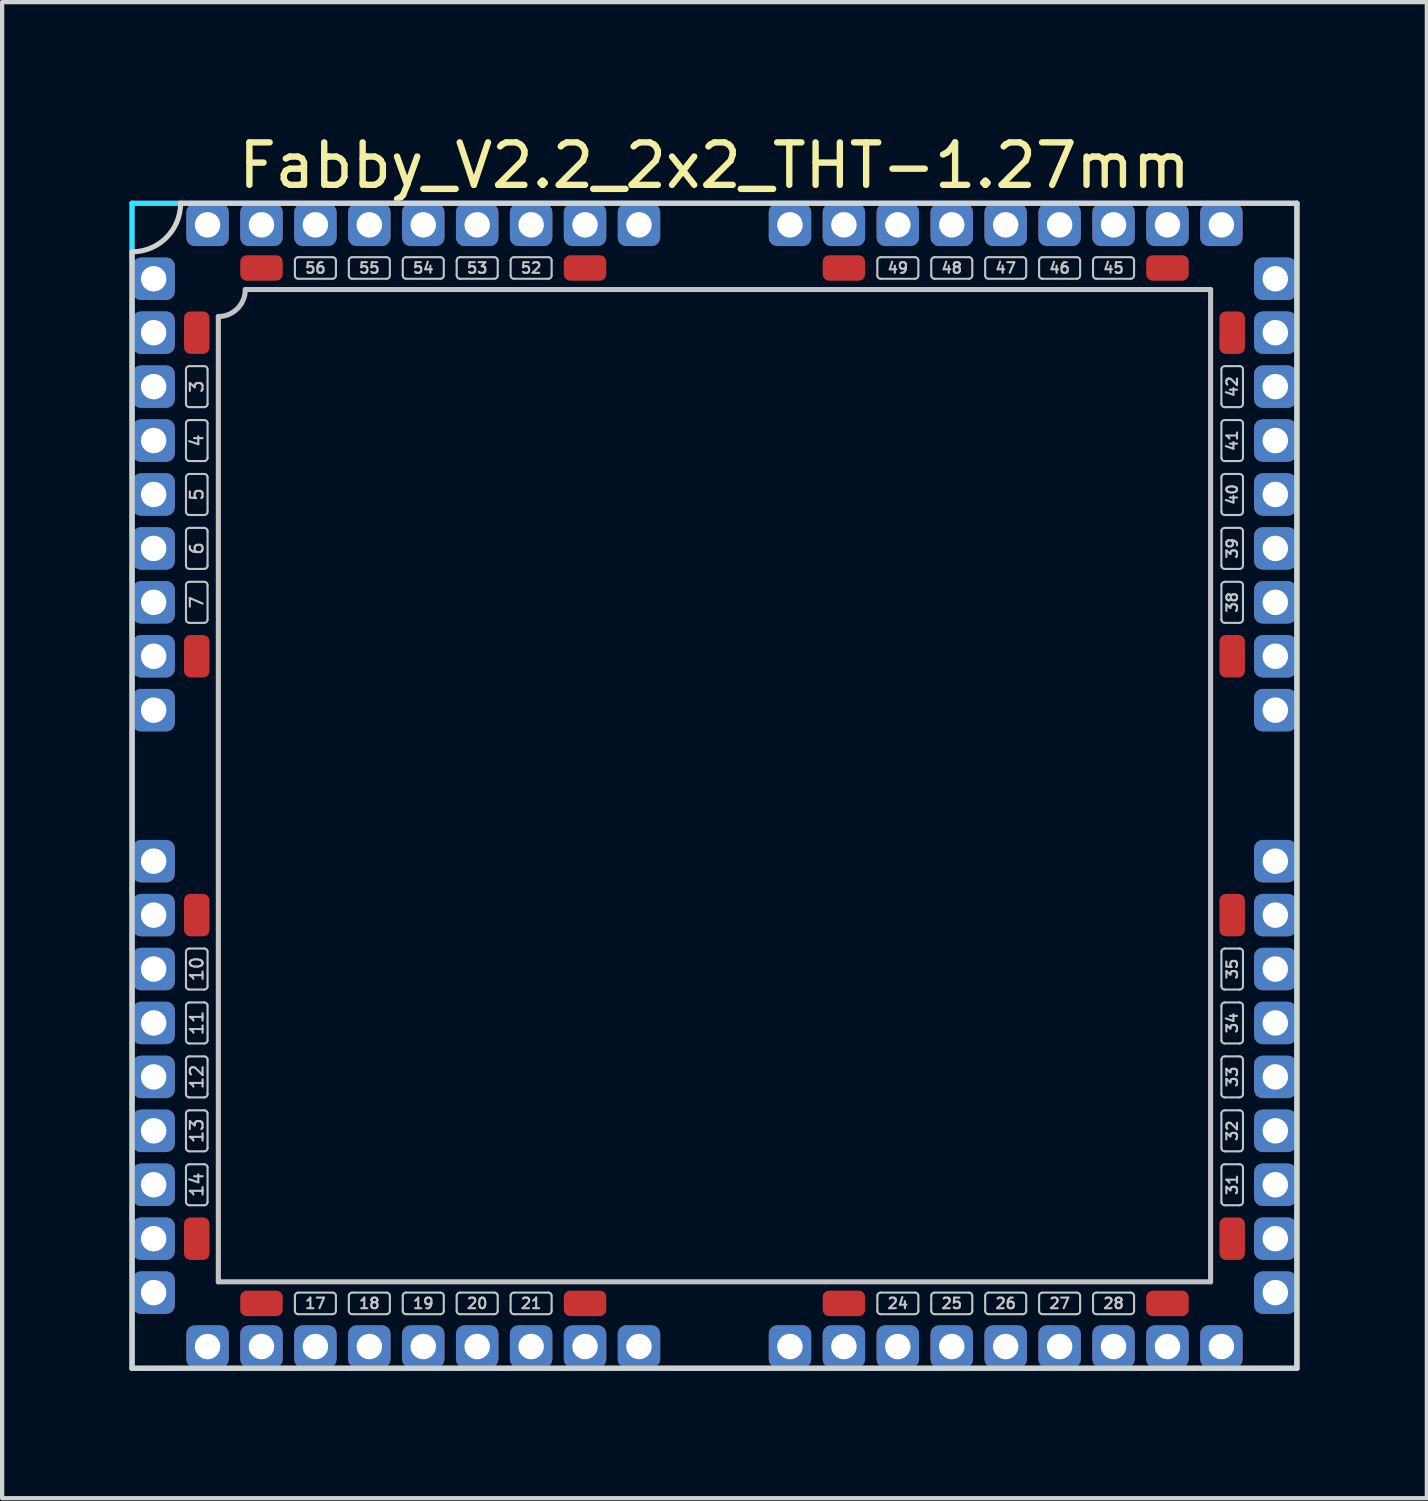
<source format=kicad_pcb>
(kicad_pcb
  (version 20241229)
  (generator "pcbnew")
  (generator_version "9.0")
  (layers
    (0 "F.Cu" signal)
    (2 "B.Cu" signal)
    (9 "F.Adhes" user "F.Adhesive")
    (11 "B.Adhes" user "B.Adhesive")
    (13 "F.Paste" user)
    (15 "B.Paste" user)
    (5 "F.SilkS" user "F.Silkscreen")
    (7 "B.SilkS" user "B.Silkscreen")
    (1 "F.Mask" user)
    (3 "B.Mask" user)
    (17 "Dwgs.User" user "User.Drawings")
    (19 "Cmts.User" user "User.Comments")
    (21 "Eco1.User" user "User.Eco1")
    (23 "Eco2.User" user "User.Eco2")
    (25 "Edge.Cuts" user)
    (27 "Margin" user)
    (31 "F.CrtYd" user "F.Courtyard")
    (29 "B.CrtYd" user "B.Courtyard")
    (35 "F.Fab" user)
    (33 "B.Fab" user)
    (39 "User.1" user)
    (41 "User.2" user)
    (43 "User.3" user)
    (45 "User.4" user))
  (footprint "Fabby_V2.2_2x2_THT-1.27mm"
    (layer "F.Cu")
    (at 13.776 15.453)
    (property "Reference" "Fabby_V2.2_2x2_THT-1.27mm" (at 0 -14.605 0) (layer "F.SilkS") (effects (font (size 1 1) (thickness 0.15))))
    (attr through_hole)
    (fp_line (start -12.446 -8.992) (end -12.446 -9.804) (stroke (width 0.05) (type solid)) (layer "Dwgs.User"))
    (fp_line (start -12.446 -7.722) (end -12.446 -8.534) (stroke (width 0.05) (type solid)) (layer "Dwgs.User"))
    (fp_line (start -12.446 -6.452) (end -12.446 -7.264) (stroke (width 0.05) (type solid)) (layer "Dwgs.User"))
    (fp_line (start -12.446 -5.182) (end -12.446 -5.994) (stroke (width 0.05) (type solid)) (layer "Dwgs.User"))
    (fp_line (start -12.446 -3.912) (end -12.446 -4.724) (stroke (width 0.05) (type solid)) (layer "Dwgs.User"))
    (fp_line (start -12.446 4.724) (end -12.446 3.912) (stroke (width 0.05) (type solid)) (layer "Dwgs.User"))
    (fp_line (start -12.446 5.994) (end -12.446 5.182) (stroke (width 0.05) (type solid)) (layer "Dwgs.User"))
    (fp_line (start -12.446 7.264) (end -12.446 6.452) (stroke (width 0.05) (type solid)) (layer "Dwgs.User"))
    (fp_line (start -12.446 8.534) (end -12.446 7.722) (stroke (width 0.05) (type solid)) (layer "Dwgs.User"))
    (fp_line (start -12.446 9.804) (end -12.446 8.992) (stroke (width 0.05) (type solid)) (layer "Dwgs.User"))
    (fp_line (start -12.37 -9.881) (end -12.014 -9.881) (stroke (width 0.05) (type solid)) (layer "Dwgs.User"))
    (fp_line (start -12.37 -8.915) (end -12.014 -8.915) (stroke (width 0.05) (type solid)) (layer "Dwgs.User"))
    (fp_line (start -12.37 -8.611) (end -12.014 -8.611) (stroke (width 0.05) (type solid)) (layer "Dwgs.User"))
    (fp_line (start -12.37 -7.645) (end -12.014 -7.645) (stroke (width 0.05) (type solid)) (layer "Dwgs.User"))
    (fp_line (start -12.37 -7.341) (end -12.014 -7.341) (stroke (width 0.05) (type solid)) (layer "Dwgs.User"))
    (fp_line (start -12.37 -6.375) (end -12.014 -6.375) (stroke (width 0.05) (type solid)) (layer "Dwgs.User"))
    (fp_line (start -12.37 -6.071) (end -12.014 -6.071) (stroke (width 0.05) (type solid)) (layer "Dwgs.User"))
    (fp_line (start -12.37 -5.105) (end -12.014 -5.105) (stroke (width 0.05) (type solid)) (layer "Dwgs.User"))
    (fp_line (start -12.37 -4.801) (end -12.014 -4.801) (stroke (width 0.05) (type solid)) (layer "Dwgs.User"))
    (fp_line (start -12.37 -3.835) (end -12.014 -3.835) (stroke (width 0.05) (type solid)) (layer "Dwgs.User"))
    (fp_line (start -12.37 3.835) (end -12.014 3.835) (stroke (width 0.05) (type solid)) (layer "Dwgs.User"))
    (fp_line (start -12.37 4.801) (end -12.014 4.801) (stroke (width 0.05) (type solid)) (layer "Dwgs.User"))
    (fp_line (start -12.37 5.105) (end -12.014 5.105) (stroke (width 0.05) (type solid)) (layer "Dwgs.User"))
    (fp_line (start -12.37 6.071) (end -12.014 6.071) (stroke (width 0.05) (type solid)) (layer "Dwgs.User"))
    (fp_line (start -12.37 6.375) (end -12.014 6.375) (stroke (width 0.05) (type solid)) (layer "Dwgs.User"))
    (fp_line (start -12.37 7.341) (end -12.014 7.341) (stroke (width 0.05) (type solid)) (layer "Dwgs.User"))
    (fp_line (start -12.37 7.645) (end -12.014 7.645) (stroke (width 0.05) (type solid)) (layer "Dwgs.User"))
    (fp_line (start -12.37 8.611) (end -12.014 8.611) (stroke (width 0.05) (type solid)) (layer "Dwgs.User"))
    (fp_line (start -12.37 8.915) (end -12.014 8.915) (stroke (width 0.05) (type solid)) (layer "Dwgs.User"))
    (fp_line (start -12.37 9.881) (end -12.014 9.881) (stroke (width 0.05) (type solid)) (layer "Dwgs.User"))
    (fp_line (start -11.938 -8.992) (end -11.938 -9.804) (stroke (width 0.05) (type solid)) (layer "Dwgs.User"))
    (fp_line (start -11.938 -7.722) (end -11.938 -8.534) (stroke (width 0.05) (type solid)) (layer "Dwgs.User"))
    (fp_line (start -11.938 -6.452) (end -11.938 -7.264) (stroke (width 0.05) (type solid)) (layer "Dwgs.User"))
    (fp_line (start -11.938 -5.182) (end -11.938 -5.994) (stroke (width 0.05) (type solid)) (layer "Dwgs.User"))
    (fp_line (start -11.938 -3.912) (end -11.938 -4.724) (stroke (width 0.05) (type solid)) (layer "Dwgs.User"))
    (fp_line (start -11.938 4.724) (end -11.938 3.912) (stroke (width 0.05) (type solid)) (layer "Dwgs.User"))
    (fp_line (start -11.938 5.994) (end -11.938 5.182) (stroke (width 0.05) (type solid)) (layer "Dwgs.User"))
    (fp_line (start -11.938 7.264) (end -11.938 6.452) (stroke (width 0.05) (type solid)) (layer "Dwgs.User"))
    (fp_line (start -11.938 8.534) (end -11.938 7.722) (stroke (width 0.05) (type solid)) (layer "Dwgs.User"))
    (fp_line (start -11.938 9.804) (end -11.938 8.992) (stroke (width 0.05) (type solid)) (layer "Dwgs.User"))
    (fp_line (start -11.684 11.684) (end -11.684 -11.049) (stroke (width 0.12) (type solid)) (layer "Dwgs.User"))
    (fp_line (start -11.049 -11.684) (end 11.684 -11.684) (stroke (width 0.12) (type solid)) (layer "Dwgs.User"))
    (fp_line (start -9.881 -12.014) (end -9.881 -12.37) (stroke (width 0.05) (type solid)) (layer "Dwgs.User"))
    (fp_line (start -9.881 12.37) (end -9.881 12.014) (stroke (width 0.05) (type solid)) (layer "Dwgs.User"))
    (fp_line (start -8.992 -12.446) (end -9.804 -12.446) (stroke (width 0.05) (type solid)) (layer "Dwgs.User"))
    (fp_line (start -8.992 -11.938) (end -9.804 -11.938) (stroke (width 0.05) (type solid)) (layer "Dwgs.User"))
    (fp_line (start -8.992 11.938) (end -9.804 11.938) (stroke (width 0.05) (type solid)) (layer "Dwgs.User"))
    (fp_line (start -8.992 12.446) (end -9.804 12.446) (stroke (width 0.05) (type solid)) (layer "Dwgs.User"))
    (fp_line (start -8.915 -12.014) (end -8.915 -12.37) (stroke (width 0.05) (type solid)) (layer "Dwgs.User"))
    (fp_line (start -8.915 12.37) (end -8.915 12.014) (stroke (width 0.05) (type solid)) (layer "Dwgs.User"))
    (fp_line (start -8.611 -12.014) (end -8.611 -12.37) (stroke (width 0.05) (type solid)) (layer "Dwgs.User"))
    (fp_line (start -8.611 12.37) (end -8.611 12.014) (stroke (width 0.05) (type solid)) (layer "Dwgs.User"))
    (fp_line (start -7.722 -12.446) (end -8.534 -12.446) (stroke (width 0.05) (type solid)) (layer "Dwgs.User"))
    (fp_line (start -7.722 -11.938) (end -8.534 -11.938) (stroke (width 0.05) (type solid)) (layer "Dwgs.User"))
    (fp_line (start -7.722 11.938) (end -8.534 11.938) (stroke (width 0.05) (type solid)) (layer "Dwgs.User"))
    (fp_line (start -7.722 12.446) (end -8.534 12.446) (stroke (width 0.05) (type solid)) (layer "Dwgs.User"))
    (fp_line (start -7.645 -12.014) (end -7.645 -12.37) (stroke (width 0.05) (type solid)) (layer "Dwgs.User"))
    (fp_line (start -7.645 12.37) (end -7.645 12.014) (stroke (width 0.05) (type solid)) (layer "Dwgs.User"))
    (fp_line (start -7.341 -12.014) (end -7.341 -12.37) (stroke (width 0.05) (type solid)) (layer "Dwgs.User"))
    (fp_line (start -7.341 12.37) (end -7.341 12.014) (stroke (width 0.05) (type solid)) (layer "Dwgs.User"))
    (fp_line (start -6.452 -12.446) (end -7.264 -12.446) (stroke (width 0.05) (type solid)) (layer "Dwgs.User"))
    (fp_line (start -6.452 -11.938) (end -7.264 -11.938) (stroke (width 0.05) (type solid)) (layer "Dwgs.User"))
    (fp_line (start -6.452 11.938) (end -7.264 11.938) (stroke (width 0.05) (type solid)) (layer "Dwgs.User"))
    (fp_line (start -6.452 12.446) (end -7.264 12.446) (stroke (width 0.05) (type solid)) (layer "Dwgs.User"))
    (fp_line (start -6.375 -12.014) (end -6.375 -12.37) (stroke (width 0.05) (type solid)) (layer "Dwgs.User"))
    (fp_line (start -6.375 12.37) (end -6.375 12.014) (stroke (width 0.05) (type solid)) (layer "Dwgs.User"))
    (fp_line (start -6.071 -12.014) (end -6.071 -12.37) (stroke (width 0.05) (type solid)) (layer "Dwgs.User"))
    (fp_line (start -6.071 12.37) (end -6.071 12.014) (stroke (width 0.05) (type solid)) (layer "Dwgs.User"))
    (fp_line (start -5.182 -12.446) (end -5.994 -12.446) (stroke (width 0.05) (type solid)) (layer "Dwgs.User"))
    (fp_line (start -5.182 -11.938) (end -5.994 -11.938) (stroke (width 0.05) (type solid)) (layer "Dwgs.User"))
    (fp_line (start -5.182 11.938) (end -5.994 11.938) (stroke (width 0.05) (type solid)) (layer "Dwgs.User"))
    (fp_line (start -5.182 12.446) (end -5.994 12.446) (stroke (width 0.05) (type solid)) (layer "Dwgs.User"))
    (fp_line (start -5.105 -12.014) (end -5.105 -12.37) (stroke (width 0.05) (type solid)) (layer "Dwgs.User"))
    (fp_line (start -5.105 12.37) (end -5.105 12.014) (stroke (width 0.05) (type solid)) (layer "Dwgs.User"))
    (fp_line (start -4.801 -12.014) (end -4.801 -12.37) (stroke (width 0.05) (type solid)) (layer "Dwgs.User"))
    (fp_line (start -4.801 12.37) (end -4.801 12.014) (stroke (width 0.05) (type solid)) (layer "Dwgs.User"))
    (fp_line (start -3.912 -12.446) (end -4.724 -12.446) (stroke (width 0.05) (type solid)) (layer "Dwgs.User"))
    (fp_line (start -3.912 -11.938) (end -4.724 -11.938) (stroke (width 0.05) (type solid)) (layer "Dwgs.User"))
    (fp_line (start -3.912 11.938) (end -4.724 11.938) (stroke (width 0.05) (type solid)) (layer "Dwgs.User"))
    (fp_line (start -3.912 12.446) (end -4.724 12.446) (stroke (width 0.05) (type solid)) (layer "Dwgs.User"))
    (fp_line (start -3.835 -12.014) (end -3.835 -12.37) (stroke (width 0.05) (type solid)) (layer "Dwgs.User"))
    (fp_line (start -3.835 12.37) (end -3.835 12.014) (stroke (width 0.05) (type solid)) (layer "Dwgs.User"))
    (fp_line (start 3.835 -12.014) (end 3.835 -12.37) (stroke (width 0.05) (type solid)) (layer "Dwgs.User"))
    (fp_line (start 3.835 12.37) (end 3.835 12.014) (stroke (width 0.05) (type solid)) (layer "Dwgs.User"))
    (fp_line (start 4.724 -12.446) (end 3.912 -12.446) (stroke (width 0.05) (type solid)) (layer "Dwgs.User"))
    (fp_line (start 4.724 -11.938) (end 3.912 -11.938) (stroke (width 0.05) (type solid)) (layer "Dwgs.User"))
    (fp_line (start 4.724 11.938) (end 3.912 11.938) (stroke (width 0.05) (type solid)) (layer "Dwgs.User"))
    (fp_line (start 4.724 12.446) (end 3.912 12.446) (stroke (width 0.05) (type solid)) (layer "Dwgs.User"))
    (fp_line (start 4.801 -12.014) (end 4.801 -12.37) (stroke (width 0.05) (type solid)) (layer "Dwgs.User"))
    (fp_line (start 4.801 12.37) (end 4.801 12.014) (stroke (width 0.05) (type solid)) (layer "Dwgs.User"))
    (fp_line (start 5.105 -12.014) (end 5.105 -12.37) (stroke (width 0.05) (type solid)) (layer "Dwgs.User"))
    (fp_line (start 5.105 12.37) (end 5.105 12.014) (stroke (width 0.05) (type solid)) (layer "Dwgs.User"))
    (fp_line (start 5.994 -12.446) (end 5.182 -12.446) (stroke (width 0.05) (type solid)) (layer "Dwgs.User"))
    (fp_line (start 5.994 -11.938) (end 5.182 -11.938) (stroke (width 0.05) (type solid)) (layer "Dwgs.User"))
    (fp_line (start 5.994 11.938) (end 5.182 11.938) (stroke (width 0.05) (type solid)) (layer "Dwgs.User"))
    (fp_line (start 5.994 12.446) (end 5.182 12.446) (stroke (width 0.05) (type solid)) (layer "Dwgs.User"))
    (fp_line (start 6.071 -12.014) (end 6.071 -12.37) (stroke (width 0.05) (type solid)) (layer "Dwgs.User"))
    (fp_line (start 6.071 12.37) (end 6.071 12.014) (stroke (width 0.05) (type solid)) (layer "Dwgs.User"))
    (fp_line (start 6.375 -12.014) (end 6.375 -12.37) (stroke (width 0.05) (type solid)) (layer "Dwgs.User"))
    (fp_line (start 6.375 12.37) (end 6.375 12.014) (stroke (width 0.05) (type solid)) (layer "Dwgs.User"))
    (fp_line (start 7.264 -12.446) (end 6.452 -12.446) (stroke (width 0.05) (type solid)) (layer "Dwgs.User"))
    (fp_line (start 7.264 -11.938) (end 6.452 -11.938) (stroke (width 0.05) (type solid)) (layer "Dwgs.User"))
    (fp_line (start 7.264 11.938) (end 6.452 11.938) (stroke (width 0.05) (type solid)) (layer "Dwgs.User"))
    (fp_line (start 7.264 12.446) (end 6.452 12.446) (stroke (width 0.05) (type solid)) (layer "Dwgs.User"))
    (fp_line (start 7.341 -12.014) (end 7.341 -12.37) (stroke (width 0.05) (type solid)) (layer "Dwgs.User"))
    (fp_line (start 7.341 12.37) (end 7.341 12.014) (stroke (width 0.05) (type solid)) (layer "Dwgs.User"))
    (fp_line (start 7.645 -12.014) (end 7.645 -12.37) (stroke (width 0.05) (type solid)) (layer "Dwgs.User"))
    (fp_line (start 7.645 12.37) (end 7.645 12.014) (stroke (width 0.05) (type solid)) (layer "Dwgs.User"))
    (fp_line (start 8.534 -12.446) (end 7.722 -12.446) (stroke (width 0.05) (type solid)) (layer "Dwgs.User"))
    (fp_line (start 8.534 -11.938) (end 7.722 -11.938) (stroke (width 0.05) (type solid)) (layer "Dwgs.User"))
    (fp_line (start 8.534 11.938) (end 7.722 11.938) (stroke (width 0.05) (type solid)) (layer "Dwgs.User"))
    (fp_line (start 8.534 12.446) (end 7.722 12.446) (stroke (width 0.05) (type solid)) (layer "Dwgs.User"))
    (fp_line (start 8.611 -12.014) (end 8.611 -12.37) (stroke (width 0.05) (type solid)) (layer "Dwgs.User"))
    (fp_line (start 8.611 12.37) (end 8.611 12.014) (stroke (width 0.05) (type solid)) (layer "Dwgs.User"))
    (fp_line (start 8.915 -12.014) (end 8.915 -12.37) (stroke (width 0.05) (type solid)) (layer "Dwgs.User"))
    (fp_line (start 8.915 12.37) (end 8.915 12.014) (stroke (width 0.05) (type solid)) (layer "Dwgs.User"))
    (fp_line (start 9.804 -12.446) (end 8.992 -12.446) (stroke (width 0.05) (type solid)) (layer "Dwgs.User"))
    (fp_line (start 9.804 -11.938) (end 8.992 -11.938) (stroke (width 0.05) (type solid)) (layer "Dwgs.User"))
    (fp_line (start 9.804 11.938) (end 8.992 11.938) (stroke (width 0.05) (type solid)) (layer "Dwgs.User"))
    (fp_line (start 9.804 12.446) (end 8.992 12.446) (stroke (width 0.05) (type solid)) (layer "Dwgs.User"))
    (fp_line (start 9.881 -12.014) (end 9.881 -12.37) (stroke (width 0.05) (type solid)) (layer "Dwgs.User"))
    (fp_line (start 9.881 12.37) (end 9.881 12.014) (stroke (width 0.05) (type solid)) (layer "Dwgs.User"))
    (fp_line (start 11.684 -11.684) (end 11.684 11.684) (stroke (width 0.12) (type solid)) (layer "Dwgs.User"))
    (fp_line (start 11.684 11.684) (end -11.684 11.684) (stroke (width 0.12) (type solid)) (layer "Dwgs.User"))
    (fp_line (start 11.938 -8.992) (end 11.938 -9.804) (stroke (width 0.05) (type solid)) (layer "Dwgs.User"))
    (fp_line (start 11.938 -7.722) (end 11.938 -8.534) (stroke (width 0.05) (type solid)) (layer "Dwgs.User"))
    (fp_line (start 11.938 -6.452) (end 11.938 -7.264) (stroke (width 0.05) (type solid)) (layer "Dwgs.User"))
    (fp_line (start 11.938 -5.182) (end 11.938 -5.994) (stroke (width 0.05) (type solid)) (layer "Dwgs.User"))
    (fp_line (start 11.938 -3.912) (end 11.938 -4.724) (stroke (width 0.05) (type solid)) (layer "Dwgs.User"))
    (fp_line (start 11.938 4.724) (end 11.938 3.912) (stroke (width 0.05) (type solid)) (layer "Dwgs.User"))
    (fp_line (start 11.938 5.994) (end 11.938 5.182) (stroke (width 0.05) (type solid)) (layer "Dwgs.User"))
    (fp_line (start 11.938 7.264) (end 11.938 6.452) (stroke (width 0.05) (type solid)) (layer "Dwgs.User"))
    (fp_line (start 11.938 8.534) (end 11.938 7.722) (stroke (width 0.05) (type solid)) (layer "Dwgs.User"))
    (fp_line (start 11.938 9.804) (end 11.938 8.992) (stroke (width 0.05) (type solid)) (layer "Dwgs.User"))
    (fp_line (start 12.014 -9.881) (end 12.37 -9.881) (stroke (width 0.05) (type solid)) (layer "Dwgs.User"))
    (fp_line (start 12.014 -8.915) (end 12.37 -8.915) (stroke (width 0.05) (type solid)) (layer "Dwgs.User"))
    (fp_line (start 12.014 -8.611) (end 12.37 -8.611) (stroke (width 0.05) (type solid)) (layer "Dwgs.User"))
    (fp_line (start 12.014 -7.645) (end 12.37 -7.645) (stroke (width 0.05) (type solid)) (layer "Dwgs.User"))
    (fp_line (start 12.014 -7.341) (end 12.37 -7.341) (stroke (width 0.05) (type solid)) (layer "Dwgs.User"))
    (fp_line (start 12.014 -6.375) (end 12.37 -6.375) (stroke (width 0.05) (type solid)) (layer "Dwgs.User"))
    (fp_line (start 12.014 -6.071) (end 12.37 -6.071) (stroke (width 0.05) (type solid)) (layer "Dwgs.User"))
    (fp_line (start 12.014 -5.105) (end 12.37 -5.105) (stroke (width 0.05) (type solid)) (layer "Dwgs.User"))
    (fp_line (start 12.014 -4.801) (end 12.37 -4.801) (stroke (width 0.05) (type solid)) (layer "Dwgs.User"))
    (fp_line (start 12.014 -3.835) (end 12.37 -3.835) (stroke (width 0.05) (type solid)) (layer "Dwgs.User"))
    (fp_line (start 12.014 3.835) (end 12.37 3.835) (stroke (width 0.05) (type solid)) (layer "Dwgs.User"))
    (fp_line (start 12.014 4.801) (end 12.37 4.801) (stroke (width 0.05) (type solid)) (layer "Dwgs.User"))
    (fp_line (start 12.014 5.105) (end 12.37 5.105) (stroke (width 0.05) (type solid)) (layer "Dwgs.User"))
    (fp_line (start 12.014 6.071) (end 12.37 6.071) (stroke (width 0.05) (type solid)) (layer "Dwgs.User"))
    (fp_line (start 12.014 6.375) (end 12.37 6.375) (stroke (width 0.05) (type solid)) (layer "Dwgs.User"))
    (fp_line (start 12.014 7.341) (end 12.37 7.341) (stroke (width 0.05) (type solid)) (layer "Dwgs.User"))
    (fp_line (start 12.014 7.645) (end 12.37 7.645) (stroke (width 0.05) (type solid)) (layer "Dwgs.User"))
    (fp_line (start 12.014 8.611) (end 12.37 8.611) (stroke (width 0.05) (type solid)) (layer "Dwgs.User"))
    (fp_line (start 12.014 8.915) (end 12.37 8.915) (stroke (width 0.05) (type solid)) (layer "Dwgs.User"))
    (fp_line (start 12.014 9.881) (end 12.37 9.881) (stroke (width 0.05) (type solid)) (layer "Dwgs.User"))
    (fp_line (start 12.446 -8.992) (end 12.446 -9.804) (stroke (width 0.05) (type solid)) (layer "Dwgs.User"))
    (fp_line (start 12.446 -7.722) (end 12.446 -8.534) (stroke (width 0.05) (type solid)) (layer "Dwgs.User"))
    (fp_line (start 12.446 -6.452) (end 12.446 -7.264) (stroke (width 0.05) (type solid)) (layer "Dwgs.User"))
    (fp_line (start 12.446 -5.182) (end 12.446 -5.994) (stroke (width 0.05) (type solid)) (layer "Dwgs.User"))
    (fp_line (start 12.446 -3.912) (end 12.446 -4.724) (stroke (width 0.05) (type solid)) (layer "Dwgs.User"))
    (fp_line (start 12.446 4.724) (end 12.446 3.912) (stroke (width 0.05) (type solid)) (layer "Dwgs.User"))
    (fp_line (start 12.446 5.994) (end 12.446 5.182) (stroke (width 0.05) (type solid)) (layer "Dwgs.User"))
    (fp_line (start 12.446 7.264) (end 12.446 6.452) (stroke (width 0.05) (type solid)) (layer "Dwgs.User"))
    (fp_line (start 12.446 8.534) (end 12.446 7.722) (stroke (width 0.05) (type solid)) (layer "Dwgs.User"))
    (fp_line (start 12.446 9.804) (end 12.446 8.992) (stroke (width 0.05) (type solid)) (layer "Dwgs.User"))
    (fp_arc (start -12.446 -9.8044) (mid -12.423682 -9.858282) (end -12.3698 -9.8806) (stroke (width 0.05) (type solid)) (layer "Dwgs.User"))
    (fp_arc (start -12.446 -8.5344) (mid -12.423682 -8.588282) (end -12.3698 -8.6106) (stroke (width 0.05) (type solid)) (layer "Dwgs.User"))
    (fp_arc (start -12.446 -7.2644) (mid -12.423682 -7.318282) (end -12.3698 -7.3406) (stroke (width 0.05) (type solid)) (layer "Dwgs.User"))
    (fp_arc (start -12.446 -5.9944) (mid -12.423682 -6.048282) (end -12.3698 -6.0706) (stroke (width 0.05) (type solid)) (layer "Dwgs.User"))
    (fp_arc (start -12.446 -4.7244) (mid -12.423682 -4.778282) (end -12.3698 -4.8006) (stroke (width 0.05) (type solid)) (layer "Dwgs.User"))
    (fp_arc (start -12.446 3.9116) (mid -12.423682 3.857718) (end -12.3698 3.8354) (stroke (width 0.05) (type solid)) (layer "Dwgs.User"))
    (fp_arc (start -12.446 5.1816) (mid -12.423682 5.127718) (end -12.3698 5.1054) (stroke (width 0.05) (type solid)) (layer "Dwgs.User"))
    (fp_arc (start -12.446 6.4516) (mid -12.423682 6.397718) (end -12.3698 6.3754) (stroke (width 0.05) (type solid)) (layer "Dwgs.User"))
    (fp_arc (start -12.446 7.7216) (mid -12.423682 7.667718) (end -12.3698 7.6454) (stroke (width 0.05) (type solid)) (layer "Dwgs.User"))
    (fp_arc (start -12.446 8.9916) (mid -12.423682 8.937718) (end -12.3698 8.9154) (stroke (width 0.05) (type solid)) (layer "Dwgs.User"))
    (fp_arc (start -12.3698 -8.9154) (mid -12.423682 -8.937718) (end -12.446 -8.9916) (stroke (width 0.05) (type solid)) (layer "Dwgs.User"))
    (fp_arc (start -12.3698 -7.6454) (mid -12.423682 -7.667718) (end -12.446 -7.7216) (stroke (width 0.05) (type solid)) (layer "Dwgs.User"))
    (fp_arc (start -12.3698 -6.3754) (mid -12.423682 -6.397718) (end -12.446 -6.4516) (stroke (width 0.05) (type solid)) (layer "Dwgs.User"))
    (fp_arc (start -12.3698 -5.1054) (mid -12.423682 -5.127718) (end -12.446 -5.1816) (stroke (width 0.05) (type solid)) (layer "Dwgs.User"))
    (fp_arc (start -12.3698 -3.8354) (mid -12.423682 -3.857718) (end -12.446 -3.9116) (stroke (width 0.05) (type solid)) (layer "Dwgs.User"))
    (fp_arc (start -12.3698 4.8006) (mid -12.423682 4.778282) (end -12.446 4.7244) (stroke (width 0.05) (type solid)) (layer "Dwgs.User"))
    (fp_arc (start -12.3698 6.0706) (mid -12.423682 6.048282) (end -12.446 5.9944) (stroke (width 0.05) (type solid)) (layer "Dwgs.User"))
    (fp_arc (start -12.3698 7.3406) (mid -12.423682 7.318282) (end -12.446 7.2644) (stroke (width 0.05) (type solid)) (layer "Dwgs.User"))
    (fp_arc (start -12.3698 8.6106) (mid -12.423682 8.588282) (end -12.446 8.5344) (stroke (width 0.05) (type solid)) (layer "Dwgs.User"))
    (fp_arc (start -12.3698 9.8806) (mid -12.423682 9.858282) (end -12.446 9.8044) (stroke (width 0.05) (type solid)) (layer "Dwgs.User"))
    (fp_arc (start -12.0142 -9.8806) (mid -11.960318 -9.858282) (end -11.938 -9.8044) (stroke (width 0.05) (type solid)) (layer "Dwgs.User"))
    (fp_arc (start -12.0142 -8.6106) (mid -11.960318 -8.588282) (end -11.938 -8.5344) (stroke (width 0.05) (type solid)) (layer "Dwgs.User"))
    (fp_arc (start -12.0142 -7.3406) (mid -11.960318 -7.318282) (end -11.938 -7.2644) (stroke (width 0.05) (type solid)) (layer "Dwgs.User"))
    (fp_arc (start -12.0142 -6.0706) (mid -11.960318 -6.048282) (end -11.938 -5.9944) (stroke (width 0.05) (type solid)) (layer "Dwgs.User"))
    (fp_arc (start -12.0142 -4.8006) (mid -11.960318 -4.778282) (end -11.938 -4.7244) (stroke (width 0.05) (type solid)) (layer "Dwgs.User"))
    (fp_arc (start -12.0142 3.8354) (mid -11.960318 3.857718) (end -11.938 3.9116) (stroke (width 0.05) (type solid)) (layer "Dwgs.User"))
    (fp_arc (start -12.0142 5.1054) (mid -11.960318 5.127718) (end -11.938 5.1816) (stroke (width 0.05) (type solid)) (layer "Dwgs.User"))
    (fp_arc (start -12.0142 6.3754) (mid -11.960318 6.397718) (end -11.938 6.4516) (stroke (width 0.05) (type solid)) (layer "Dwgs.User"))
    (fp_arc (start -12.0142 7.6454) (mid -11.960318 7.667718) (end -11.938 7.7216) (stroke (width 0.05) (type solid)) (layer "Dwgs.User"))
    (fp_arc (start -12.0142 8.9154) (mid -11.960318 8.937718) (end -11.938 8.9916) (stroke (width 0.05) (type solid)) (layer "Dwgs.User"))
    (fp_arc (start -11.938 -8.9916) (mid -11.960318 -8.937718) (end -12.0142 -8.9154) (stroke (width 0.05) (type solid)) (layer "Dwgs.User"))
    (fp_arc (start -11.938 -7.7216) (mid -11.960318 -7.667718) (end -12.0142 -7.6454) (stroke (width 0.05) (type solid)) (layer "Dwgs.User"))
    (fp_arc (start -11.938 -6.4516) (mid -11.960318 -6.397718) (end -12.0142 -6.3754) (stroke (width 0.05) (type solid)) (layer "Dwgs.User"))
    (fp_arc (start -11.938 -5.1816) (mid -11.960318 -5.127718) (end -12.0142 -5.1054) (stroke (width 0.05) (type solid)) (layer "Dwgs.User"))
    (fp_arc (start -11.938 -3.9116) (mid -11.960318 -3.857718) (end -12.0142 -3.8354) (stroke (width 0.05) (type solid)) (layer "Dwgs.User"))
    (fp_arc (start -11.938 4.7244) (mid -11.960318 4.778282) (end -12.0142 4.8006) (stroke (width 0.05) (type solid)) (layer "Dwgs.User"))
    (fp_arc (start -11.938 5.9944) (mid -11.960318 6.048282) (end -12.0142 6.0706) (stroke (width 0.05) (type solid)) (layer "Dwgs.User"))
    (fp_arc (start -11.938 7.2644) (mid -11.960318 7.318282) (end -12.0142 7.3406) (stroke (width 0.05) (type solid)) (layer "Dwgs.User"))
    (fp_arc (start -11.938 8.5344) (mid -11.960318 8.588282) (end -12.0142 8.6106) (stroke (width 0.05) (type solid)) (layer "Dwgs.User"))
    (fp_arc (start -11.938 9.8044) (mid -11.960318 9.858282) (end -12.0142 9.8806) (stroke (width 0.05) (type solid)) (layer "Dwgs.User"))
    (fp_arc (start -11.049 -11.684) (mid -11.234987 -11.234987) (end -11.684 -11.049) (stroke (width 0.12) (type solid)) (layer "Dwgs.User"))
    (fp_arc (start -9.8806 -12.3698) (mid -9.858282 -12.423682) (end -9.8044 -12.446) (stroke (width 0.05) (type solid)) (layer "Dwgs.User"))
    (fp_arc (start -9.8806 12.0142) (mid -9.858282 11.960318) (end -9.8044 11.938) (stroke (width 0.05) (type solid)) (layer "Dwgs.User"))
    (fp_arc (start -9.8044 -11.938) (mid -9.858282 -11.960318) (end -9.8806 -12.0142) (stroke (width 0.05) (type solid)) (layer "Dwgs.User"))
    (fp_arc (start -9.8044 12.446) (mid -9.858282 12.423682) (end -9.8806 12.3698) (stroke (width 0.05) (type solid)) (layer "Dwgs.User"))
    (fp_arc (start -8.9916 -12.446) (mid -8.937718 -12.423682) (end -8.9154 -12.3698) (stroke (width 0.05) (type solid)) (layer "Dwgs.User"))
    (fp_arc (start -8.9916 11.938) (mid -8.937718 11.960318) (end -8.9154 12.0142) (stroke (width 0.05) (type solid)) (layer "Dwgs.User"))
    (fp_arc (start -8.9154 -12.0142) (mid -8.937718 -11.960318) (end -8.9916 -11.938) (stroke (width 0.05) (type solid)) (layer "Dwgs.User"))
    (fp_arc (start -8.9154 12.3698) (mid -8.937718 12.423682) (end -8.9916 12.446) (stroke (width 0.05) (type solid)) (layer "Dwgs.User"))
    (fp_arc (start -8.6106 -12.3698) (mid -8.588282 -12.423682) (end -8.5344 -12.446) (stroke (width 0.05) (type solid)) (layer "Dwgs.User"))
    (fp_arc (start -8.6106 12.0142) (mid -8.588282 11.960318) (end -8.5344 11.938) (stroke (width 0.05) (type solid)) (layer "Dwgs.User"))
    (fp_arc (start -8.5344 -11.938) (mid -8.588282 -11.960318) (end -8.6106 -12.0142) (stroke (width 0.05) (type solid)) (layer "Dwgs.User"))
    (fp_arc (start -8.5344 12.446) (mid -8.588282 12.423682) (end -8.6106 12.3698) (stroke (width 0.05) (type solid)) (layer "Dwgs.User"))
    (fp_arc (start -7.7216 -12.446) (mid -7.667718 -12.423682) (end -7.6454 -12.3698) (stroke (width 0.05) (type solid)) (layer "Dwgs.User"))
    (fp_arc (start -7.7216 11.938) (mid -7.667718 11.960318) (end -7.6454 12.0142) (stroke (width 0.05) (type solid)) (layer "Dwgs.User"))
    (fp_arc (start -7.6454 -12.0142) (mid -7.667718 -11.960318) (end -7.7216 -11.938) (stroke (width 0.05) (type solid)) (layer "Dwgs.User"))
    (fp_arc (start -7.6454 12.3698) (mid -7.667718 12.423682) (end -7.7216 12.446) (stroke (width 0.05) (type solid)) (layer "Dwgs.User"))
    (fp_arc (start -7.3406 -12.3698) (mid -7.318282 -12.423682) (end -7.2644 -12.446) (stroke (width 0.05) (type solid)) (layer "Dwgs.User"))
    (fp_arc (start -7.3406 12.0142) (mid -7.318282 11.960318) (end -7.2644 11.938) (stroke (width 0.05) (type solid)) (layer "Dwgs.User"))
    (fp_arc (start -7.2644 -11.938) (mid -7.318282 -11.960318) (end -7.3406 -12.0142) (stroke (width 0.05) (type solid)) (layer "Dwgs.User"))
    (fp_arc (start -7.2644 12.446) (mid -7.318282 12.423682) (end -7.3406 12.3698) (stroke (width 0.05) (type solid)) (layer "Dwgs.User"))
    (fp_arc (start -6.4516 -12.446) (mid -6.397718 -12.423682) (end -6.3754 -12.3698) (stroke (width 0.05) (type solid)) (layer "Dwgs.User"))
    (fp_arc (start -6.4516 11.938) (mid -6.397718 11.960318) (end -6.3754 12.0142) (stroke (width 0.05) (type solid)) (layer "Dwgs.User"))
    (fp_arc (start -6.3754 -12.0142) (mid -6.397718 -11.960318) (end -6.4516 -11.938) (stroke (width 0.05) (type solid)) (layer "Dwgs.User"))
    (fp_arc (start -6.3754 12.3698) (mid -6.397718 12.423682) (end -6.4516 12.446) (stroke (width 0.05) (type solid)) (layer "Dwgs.User"))
    (fp_arc (start -6.0706 -12.3698) (mid -6.048282 -12.423682) (end -5.9944 -12.446) (stroke (width 0.05) (type solid)) (layer "Dwgs.User"))
    (fp_arc (start -6.0706 12.0142) (mid -6.048282 11.960318) (end -5.9944 11.938) (stroke (width 0.05) (type solid)) (layer "Dwgs.User"))
    (fp_arc (start -5.9944 -11.938) (mid -6.048282 -11.960318) (end -6.0706 -12.0142) (stroke (width 0.05) (type solid)) (layer "Dwgs.User"))
    (fp_arc (start -5.9944 12.446) (mid -6.048282 12.423682) (end -6.0706 12.3698) (stroke (width 0.05) (type solid)) (layer "Dwgs.User"))
    (fp_arc (start -5.1816 -12.446) (mid -5.127718 -12.423682) (end -5.1054 -12.3698) (stroke (width 0.05) (type solid)) (layer "Dwgs.User"))
    (fp_arc (start -5.1816 11.938) (mid -5.127718 11.960318) (end -5.1054 12.0142) (stroke (width 0.05) (type solid)) (layer "Dwgs.User"))
    (fp_arc (start -5.1054 -12.0142) (mid -5.127718 -11.960318) (end -5.1816 -11.938) (stroke (width 0.05) (type solid)) (layer "Dwgs.User"))
    (fp_arc (start -5.1054 12.3698) (mid -5.127718 12.423682) (end -5.1816 12.446) (stroke (width 0.05) (type solid)) (layer "Dwgs.User"))
    (fp_arc (start -4.8006 -12.3698) (mid -4.778282 -12.423682) (end -4.7244 -12.446) (stroke (width 0.05) (type solid)) (layer "Dwgs.User"))
    (fp_arc (start -4.8006 12.0142) (mid -4.778282 11.960318) (end -4.7244 11.938) (stroke (width 0.05) (type solid)) (layer "Dwgs.User"))
    (fp_arc (start -4.7244 -11.938) (mid -4.778282 -11.960318) (end -4.8006 -12.0142) (stroke (width 0.05) (type solid)) (layer "Dwgs.User"))
    (fp_arc (start -4.7244 12.446) (mid -4.778282 12.423682) (end -4.8006 12.3698) (stroke (width 0.05) (type solid)) (layer "Dwgs.User"))
    (fp_arc (start -3.9116 -12.446) (mid -3.857718 -12.423682) (end -3.8354 -12.3698) (stroke (width 0.05) (type solid)) (layer "Dwgs.User"))
    (fp_arc (start -3.9116 11.938) (mid -3.857718 11.960318) (end -3.8354 12.0142) (stroke (width 0.05) (type solid)) (layer "Dwgs.User"))
    (fp_arc (start -3.8354 -12.0142) (mid -3.857718 -11.960318) (end -3.9116 -11.938) (stroke (width 0.05) (type solid)) (layer "Dwgs.User"))
    (fp_arc (start -3.8354 12.3698) (mid -3.857718 12.423682) (end -3.9116 12.446) (stroke (width 0.05) (type solid)) (layer "Dwgs.User"))
    (fp_arc (start 3.8354 -12.3698) (mid 3.857718 -12.423682) (end 3.9116 -12.446) (stroke (width 0.05) (type solid)) (layer "Dwgs.User"))
    (fp_arc (start 3.8354 12.0142) (mid 3.857718 11.960318) (end 3.9116 11.938) (stroke (width 0.05) (type solid)) (layer "Dwgs.User"))
    (fp_arc (start 3.9116 -11.938) (mid 3.857718 -11.960318) (end 3.8354 -12.0142) (stroke (width 0.05) (type solid)) (layer "Dwgs.User"))
    (fp_arc (start 3.9116 12.446) (mid 3.857718 12.423682) (end 3.8354 12.3698) (stroke (width 0.05) (type solid)) (layer "Dwgs.User"))
    (fp_arc (start 4.7244 -12.446) (mid 4.778282 -12.423682) (end 4.8006 -12.3698) (stroke (width 0.05) (type solid)) (layer "Dwgs.User"))
    (fp_arc (start 4.7244 11.938) (mid 4.778282 11.960318) (end 4.8006 12.0142) (stroke (width 0.05) (type solid)) (layer "Dwgs.User"))
    (fp_arc (start 4.8006 -12.0142) (mid 4.778282 -11.960318) (end 4.7244 -11.938) (stroke (width 0.05) (type solid)) (layer "Dwgs.User"))
    (fp_arc (start 4.8006 12.3698) (mid 4.778282 12.423682) (end 4.7244 12.446) (stroke (width 0.05) (type solid)) (layer "Dwgs.User"))
    (fp_arc (start 5.1054 -12.3698) (mid 5.127718 -12.423682) (end 5.1816 -12.446) (stroke (width 0.05) (type solid)) (layer "Dwgs.User"))
    (fp_arc (start 5.1054 12.0142) (mid 5.127718 11.960318) (end 5.1816 11.938) (stroke (width 0.05) (type solid)) (layer "Dwgs.User"))
    (fp_arc (start 5.1816 -11.938) (mid 5.127718 -11.960318) (end 5.1054 -12.0142) (stroke (width 0.05) (type solid)) (layer "Dwgs.User"))
    (fp_arc (start 5.1816 12.446) (mid 5.127718 12.423682) (end 5.1054 12.3698) (stroke (width 0.05) (type solid)) (layer "Dwgs.User"))
    (fp_arc (start 5.9944 -12.446) (mid 6.048282 -12.423682) (end 6.0706 -12.3698) (stroke (width 0.05) (type solid)) (layer "Dwgs.User"))
    (fp_arc (start 5.9944 11.938) (mid 6.048282 11.960318) (end 6.0706 12.0142) (stroke (width 0.05) (type solid)) (layer "Dwgs.User"))
    (fp_arc (start 6.0706 -12.0142) (mid 6.048282 -11.960318) (end 5.9944 -11.938) (stroke (width 0.05) (type solid)) (layer "Dwgs.User"))
    (fp_arc (start 6.0706 12.3698) (mid 6.048282 12.423682) (end 5.9944 12.446) (stroke (width 0.05) (type solid)) (layer "Dwgs.User"))
    (fp_arc (start 6.3754 -12.3698) (mid 6.397718 -12.423682) (end 6.4516 -12.446) (stroke (width 0.05) (type solid)) (layer "Dwgs.User"))
    (fp_arc (start 6.3754 12.0142) (mid 6.397718 11.960318) (end 6.4516 11.938) (stroke (width 0.05) (type solid)) (layer "Dwgs.User"))
    (fp_arc (start 6.4516 -11.938) (mid 6.397718 -11.960318) (end 6.3754 -12.0142) (stroke (width 0.05) (type solid)) (layer "Dwgs.User"))
    (fp_arc (start 6.4516 12.446) (mid 6.397718 12.423682) (end 6.3754 12.3698) (stroke (width 0.05) (type solid)) (layer "Dwgs.User"))
    (fp_arc (start 7.2644 -12.446) (mid 7.318282 -12.423682) (end 7.3406 -12.3698) (stroke (width 0.05) (type solid)) (layer "Dwgs.User"))
    (fp_arc (start 7.2644 11.938) (mid 7.318282 11.960318) (end 7.3406 12.0142) (stroke (width 0.05) (type solid)) (layer "Dwgs.User"))
    (fp_arc (start 7.3406 -12.0142) (mid 7.318282 -11.960318) (end 7.2644 -11.938) (stroke (width 0.05) (type solid)) (layer "Dwgs.User"))
    (fp_arc (start 7.3406 12.3698) (mid 7.318282 12.423682) (end 7.2644 12.446) (stroke (width 0.05) (type solid)) (layer "Dwgs.User"))
    (fp_arc (start 7.6454 -12.3698) (mid 7.667718 -12.423682) (end 7.7216 -12.446) (stroke (width 0.05) (type solid)) (layer "Dwgs.User"))
    (fp_arc (start 7.6454 12.0142) (mid 7.667718 11.960318) (end 7.7216 11.938) (stroke (width 0.05) (type solid)) (layer "Dwgs.User"))
    (fp_arc (start 7.7216 -11.938) (mid 7.667718 -11.960318) (end 7.6454 -12.0142) (stroke (width 0.05) (type solid)) (layer "Dwgs.User"))
    (fp_arc (start 7.7216 12.446) (mid 7.667718 12.423682) (end 7.6454 12.3698) (stroke (width 0.05) (type solid)) (layer "Dwgs.User"))
    (fp_arc (start 8.5344 -12.446) (mid 8.588282 -12.423682) (end 8.6106 -12.3698) (stroke (width 0.05) (type solid)) (layer "Dwgs.User"))
    (fp_arc (start 8.5344 11.938) (mid 8.588282 11.960318) (end 8.6106 12.0142) (stroke (width 0.05) (type solid)) (layer "Dwgs.User"))
    (fp_arc (start 8.6106 -12.0142) (mid 8.588282 -11.960318) (end 8.5344 -11.938) (stroke (width 0.05) (type solid)) (layer "Dwgs.User"))
    (fp_arc (start 8.6106 12.3698) (mid 8.588282 12.423682) (end 8.5344 12.446) (stroke (width 0.05) (type solid)) (layer "Dwgs.User"))
    (fp_arc (start 8.9154 -12.3698) (mid 8.937718 -12.423682) (end 8.9916 -12.446) (stroke (width 0.05) (type solid)) (layer "Dwgs.User"))
    (fp_arc (start 8.9154 12.0142) (mid 8.937718 11.960318) (end 8.9916 11.938) (stroke (width 0.05) (type solid)) (layer "Dwgs.User"))
    (fp_arc (start 8.9916 -11.938) (mid 8.937718 -11.960318) (end 8.9154 -12.0142) (stroke (width 0.05) (type solid)) (layer "Dwgs.User"))
    (fp_arc (start 8.9916 12.446) (mid 8.937718 12.423682) (end 8.9154 12.3698) (stroke (width 0.05) (type solid)) (layer "Dwgs.User"))
    (fp_arc (start 9.8044 -12.446) (mid 9.858282 -12.423682) (end 9.8806 -12.3698) (stroke (width 0.05) (type solid)) (layer "Dwgs.User"))
    (fp_arc (start 9.8044 11.938) (mid 9.858282 11.960318) (end 9.8806 12.0142) (stroke (width 0.05) (type solid)) (layer "Dwgs.User"))
    (fp_arc (start 9.8806 -12.0142) (mid 9.858282 -11.960318) (end 9.8044 -11.938) (stroke (width 0.05) (type solid)) (layer "Dwgs.User"))
    (fp_arc (start 9.8806 12.3698) (mid 9.858282 12.423682) (end 9.8044 12.446) (stroke (width 0.05) (type solid)) (layer "Dwgs.User"))
    (fp_arc (start 11.938 -9.8044) (mid 11.960318 -9.858282) (end 12.0142 -9.8806) (stroke (width 0.05) (type solid)) (layer "Dwgs.User"))
    (fp_arc (start 11.938 -8.5344) (mid 11.960318 -8.588282) (end 12.0142 -8.6106) (stroke (width 0.05) (type solid)) (layer "Dwgs.User"))
    (fp_arc (start 11.938 -7.2644) (mid 11.960318 -7.318282) (end 12.0142 -7.3406) (stroke (width 0.05) (type solid)) (layer "Dwgs.User"))
    (fp_arc (start 11.938 -5.9944) (mid 11.960318 -6.048282) (end 12.0142 -6.0706) (stroke (width 0.05) (type solid)) (layer "Dwgs.User"))
    (fp_arc (start 11.938 -4.7244) (mid 11.960318 -4.778282) (end 12.0142 -4.8006) (stroke (width 0.05) (type solid)) (layer "Dwgs.User"))
    (fp_arc (start 11.938 3.9116) (mid 11.960318 3.857718) (end 12.0142 3.8354) (stroke (width 0.05) (type solid)) (layer "Dwgs.User"))
    (fp_arc (start 11.938 5.1816) (mid 11.960318 5.127718) (end 12.0142 5.1054) (stroke (width 0.05) (type solid)) (layer "Dwgs.User"))
    (fp_arc (start 11.938 6.4516) (mid 11.960318 6.397718) (end 12.0142 6.3754) (stroke (width 0.05) (type solid)) (layer "Dwgs.User"))
    (fp_arc (start 11.938 7.7216) (mid 11.960318 7.667718) (end 12.0142 7.6454) (stroke (width 0.05) (type solid)) (layer "Dwgs.User"))
    (fp_arc (start 11.938 8.9916) (mid 11.960318 8.937718) (end 12.0142 8.9154) (stroke (width 0.05) (type solid)) (layer "Dwgs.User"))
    (fp_arc (start 12.0142 -8.9154) (mid 11.960318 -8.937718) (end 11.938 -8.9916) (stroke (width 0.05) (type solid)) (layer "Dwgs.User"))
    (fp_arc (start 12.0142 -7.6454) (mid 11.960318 -7.667718) (end 11.938 -7.7216) (stroke (width 0.05) (type solid)) (layer "Dwgs.User"))
    (fp_arc (start 12.0142 -6.3754) (mid 11.960318 -6.397718) (end 11.938 -6.4516) (stroke (width 0.05) (type solid)) (layer "Dwgs.User"))
    (fp_arc (start 12.0142 -5.1054) (mid 11.960318 -5.127718) (end 11.938 -5.1816) (stroke (width 0.05) (type solid)) (layer "Dwgs.User"))
    (fp_arc (start 12.0142 -3.8354) (mid 11.960318 -3.857718) (end 11.938 -3.9116) (stroke (width 0.05) (type solid)) (layer "Dwgs.User"))
    (fp_arc (start 12.0142 4.8006) (mid 11.960318 4.778282) (end 11.938 4.7244) (stroke (width 0.05) (type solid)) (layer "Dwgs.User"))
    (fp_arc (start 12.0142 6.0706) (mid 11.960318 6.048282) (end 11.938 5.9944) (stroke (width 0.05) (type solid)) (layer "Dwgs.User"))
    (fp_arc (start 12.0142 7.3406) (mid 11.960318 7.318282) (end 11.938 7.2644) (stroke (width 0.05) (type solid)) (layer "Dwgs.User"))
    (fp_arc (start 12.0142 8.6106) (mid 11.960318 8.588282) (end 11.938 8.5344) (stroke (width 0.05) (type solid)) (layer "Dwgs.User"))
    (fp_arc (start 12.0142 9.8806) (mid 11.960318 9.858282) (end 11.938 9.8044) (stroke (width 0.05) (type solid)) (layer "Dwgs.User"))
    (fp_arc (start 12.3698 -9.8806) (mid 12.423682 -9.858282) (end 12.446 -9.8044) (stroke (width 0.05) (type solid)) (layer "Dwgs.User"))
    (fp_arc (start 12.3698 -8.6106) (mid 12.423682 -8.588282) (end 12.446 -8.5344) (stroke (width 0.05) (type solid)) (layer "Dwgs.User"))
    (fp_arc (start 12.3698 -7.3406) (mid 12.423682 -7.318282) (end 12.446 -7.2644) (stroke (width 0.05) (type solid)) (layer "Dwgs.User"))
    (fp_arc (start 12.3698 -6.0706) (mid 12.423682 -6.048282) (end 12.446 -5.9944) (stroke (width 0.05) (type solid)) (layer "Dwgs.User"))
    (fp_arc (start 12.3698 -4.8006) (mid 12.423682 -4.778282) (end 12.446 -4.7244) (stroke (width 0.05) (type solid)) (layer "Dwgs.User"))
    (fp_arc (start 12.3698 3.8354) (mid 12.423682 3.857718) (end 12.446 3.9116) (stroke (width 0.05) (type solid)) (layer "Dwgs.User"))
    (fp_arc (start 12.3698 5.1054) (mid 12.423682 5.127718) (end 12.446 5.1816) (stroke (width 0.05) (type solid)) (layer "Dwgs.User"))
    (fp_arc (start 12.3698 6.3754) (mid 12.423682 6.397718) (end 12.446 6.4516) (stroke (width 0.05) (type solid)) (layer "Dwgs.User"))
    (fp_arc (start 12.3698 7.6454) (mid 12.423682 7.667718) (end 12.446 7.7216) (stroke (width 0.05) (type solid)) (layer "Dwgs.User"))
    (fp_arc (start 12.3698 8.9154) (mid 12.423682 8.937718) (end 12.446 8.9916) (stroke (width 0.05) (type solid)) (layer "Dwgs.User"))
    (fp_arc (start 12.446 -8.9916) (mid 12.423682 -8.937718) (end 12.3698 -8.9154) (stroke (width 0.05) (type solid)) (layer "Dwgs.User"))
    (fp_arc (start 12.446 -7.7216) (mid 12.423682 -7.667718) (end 12.3698 -7.6454) (stroke (width 0.05) (type solid)) (layer "Dwgs.User"))
    (fp_arc (start 12.446 -6.4516) (mid 12.423682 -6.397718) (end 12.3698 -6.3754) (stroke (width 0.05) (type solid)) (layer "Dwgs.User"))
    (fp_arc (start 12.446 -5.1816) (mid 12.423682 -5.127718) (end 12.3698 -5.1054) (stroke (width 0.05) (type solid)) (layer "Dwgs.User"))
    (fp_arc (start 12.446 -3.9116) (mid 12.423682 -3.857718) (end 12.3698 -3.8354) (stroke (width 0.05) (type solid)) (layer "Dwgs.User"))
    (fp_arc (start 12.446 4.7244) (mid 12.423682 4.778282) (end 12.3698 4.8006) (stroke (width 0.05) (type solid)) (layer "Dwgs.User"))
    (fp_arc (start 12.446 5.9944) (mid 12.423682 6.048282) (end 12.3698 6.0706) (stroke (width 0.05) (type solid)) (layer "Dwgs.User"))
    (fp_arc (start 12.446 7.2644) (mid 12.423682 7.318282) (end 12.3698 7.3406) (stroke (width 0.05) (type solid)) (layer "Dwgs.User"))
    (fp_arc (start 12.446 8.5344) (mid 12.423682 8.588282) (end 12.3698 8.6106) (stroke (width 0.05) (type solid)) (layer "Dwgs.User"))
    (fp_arc (start 12.446 9.8044) (mid 12.423682 9.858282) (end 12.3698 9.8806) (stroke (width 0.05) (type solid)) (layer "Dwgs.User"))
    (fp_line (start -13.716 -12.573) (end -13.716 13.72) (stroke (width 0.12) (type solid)) (layer "Edge.Cuts"))
    (fp_line (start -13.716 13.72) (end 13.716 13.72) (stroke (width 0.12) (type solid)) (layer "Edge.Cuts"))
    (fp_line (start -12.573 -13.716) (end 13.716 -13.716) (stroke (width 0.12) (type solid)) (layer "Edge.Cuts"))
    (fp_line (start 13.716 -13.716) (end 13.716 13.72) (stroke (width 0.12) (type solid)) (layer "Edge.Cuts"))
    (fp_arc (start -12.573 -13.716) (mid -12.907777 -12.907777) (end -13.716 -12.573) (stroke (width 0.12) (type solid)) (layer "Edge.Cuts"))
    (fp_line (start -13.716 -13.716) (end 13.716 -13.716) (stroke (width 0.12) (type solid)) (layer "B.CrtYd"))
    (fp_line (start -13.716 13.72) (end -13.716 -13.716) (stroke (width 0.12) (type solid)) (layer "B.CrtYd"))
    (fp_line (start 13.716 -13.716) (end 13.716 13.72) (stroke (width 0.12) (type solid)) (layer "B.CrtYd"))
    (fp_line (start 13.716 13.72) (end -13.716 13.72) (stroke (width 0.12) (type solid)) (layer "B.CrtYd"))
    (fp_line (start -13.716 -13.716) (end 13.716 -13.716) (stroke (width 0.12) (type solid)) (layer "F.CrtYd"))
    (fp_line (start -13.716 13.72) (end -13.716 -13.716) (stroke (width 0.12) (type solid)) (layer "F.CrtYd"))
    (fp_line (start 13.716 -13.716) (end 13.716 13.72) (stroke (width 0.12) (type solid)) (layer "F.CrtYd"))
    (fp_line (start 13.716 13.72) (end -13.716 13.72) (stroke (width 0.12) (type solid)) (layer "F.CrtYd"))
    (fp_text user "34" (at 12.192 5.588 270) (layer "Dwgs.User") (effects (font (size 0.25 0.25) (thickness 0.05))))
    (fp_text user "40" (at 12.192 -6.858 270) (layer "Dwgs.User") (effects (font (size 0.25 0.25) (thickness 0.05))))
    (fp_text user "12" (at -12.192 6.858 90) (layer "Dwgs.User") (effects (font (size 0.3 0.3) (thickness 0.05))))
    (fp_text user "6" (at -12.192 -5.588 90) (layer "Dwgs.User") (effects (font (size 0.3 0.3) (thickness 0.05))))
    (fp_text user "54" (at -6.858 -12.192 0) (layer "Dwgs.User") (effects (font (size 0.25 0.25) (thickness 0.05))))
    (fp_text user "7" (at -12.192 -4.318 90) (layer "Dwgs.User") (effects (font (size 0.3 0.3) (thickness 0.05))))
    (fp_text user "46" (at 8.128 -12.192 0) (layer "Dwgs.User") (effects (font (size 0.25 0.25) (thickness 0.05))))
    (fp_text user "53" (at -5.588 -12.192 0) (layer "Dwgs.User") (effects (font (size 0.25 0.25) (thickness 0.05))))
    (fp_text user "38" (at 12.192 -4.318 270) (layer "Dwgs.User") (effects (font (size 0.25 0.25) (thickness 0.05))))
    (fp_text user "31" (at 12.192 9.398 270) (layer "Dwgs.User") (effects (font (size 0.25 0.25) (thickness 0.05))))
    (fp_text user "18" (at -8.128 12.192 0) (layer "Dwgs.User") (effects (font (size 0.25 0.25) (thickness 0.05))))
    (fp_text user "49" (at 4.318 -12.192 0) (layer "Dwgs.User") (effects (font (size 0.25 0.25) (thickness 0.05))))
    (fp_text user "41" (at 12.192 -8.128 270) (layer "Dwgs.User") (effects (font (size 0.25 0.25) (thickness 0.05))))
    (fp_text user "5" (at -12.192 -6.858 90) (layer "Dwgs.User") (effects (font (size 0.3 0.3) (thickness 0.05))))
    (fp_text user "28" (at 9.398 12.192 0) (layer "Dwgs.User") (effects (font (size 0.25 0.25) (thickness 0.05))))
    (fp_text user "45" (at 9.398 -12.192 0) (layer "Dwgs.User") (effects (font (size 0.25 0.25) (thickness 0.05))))
    (fp_text user "33" (at 12.192 6.858 270) (layer "Dwgs.User") (effects (font (size 0.25 0.25) (thickness 0.05))))
    (fp_text user "21" (at -4.318 12.192 0) (layer "Dwgs.User") (effects (font (size 0.25 0.25) (thickness 0.05))))
    (fp_text user "26" (at 6.858 12.192 0) (layer "Dwgs.User") (effects (font (size 0.25 0.25) (thickness 0.05))))
    (fp_text user "14" (at -12.192 9.398 90) (layer "Dwgs.User") (effects (font (size 0.3 0.3) (thickness 0.05))))
    (fp_text user "56" (at -9.398 -12.192 0) (layer "Dwgs.User") (effects (font (size 0.25 0.25) (thickness 0.05))))
    (fp_text user "32" (at 12.192 8.128 270) (layer "Dwgs.User") (effects (font (size 0.25 0.25) (thickness 0.05))))
    (fp_text user "35" (at 12.192 4.318 270) (layer "Dwgs.User") (effects (font (size 0.25 0.25) (thickness 0.05))))
    (fp_text user "55" (at -8.128 -12.192 0) (layer "Dwgs.User") (effects (font (size 0.25 0.25) (thickness 0.05))))
    (fp_text user "19" (at -6.858 12.192 0) (layer "Dwgs.User") (effects (font (size 0.25 0.25) (thickness 0.05))))
    (fp_text user "39" (at 12.192 -5.588 270) (layer "Dwgs.User") (effects (font (size 0.25 0.25) (thickness 0.05))))
    (fp_text user "20" (at -5.588 12.192 0) (layer "Dwgs.User") (effects (font (size 0.25 0.25) (thickness 0.05))))
    (fp_text user "11" (at -12.192 5.588 90) (layer "Dwgs.User") (effects (font (size 0.3 0.3) (thickness 0.05))))
    (fp_text user "25" (at 5.588 12.192 0) (layer "Dwgs.User") (effects (font (size 0.25 0.25) (thickness 0.05))))
    (fp_text user "13" (at -12.192 8.128 90) (layer "Dwgs.User") (effects (font (size 0.3 0.3) (thickness 0.05))))
    (fp_text user "4" (at -12.192 -8.128 90) (layer "Dwgs.User") (effects (font (size 0.3 0.3) (thickness 0.05))))
    (fp_text user "17" (at -9.398 12.192 0) (layer "Dwgs.User") (effects (font (size 0.25 0.25) (thickness 0.05))))
    (fp_text user "10" (at -12.192 4.318 90) (layer "Dwgs.User") (effects (font (size 0.3 0.3) (thickness 0.05))))
    (fp_text user "47" (at 6.858 -12.192 0) (layer "Dwgs.User") (effects (font (size 0.25 0.25) (thickness 0.05))))
    (fp_text user "3" (at -12.192 -9.398 90) (layer "Dwgs.User") (effects (font (size 0.3 0.3) (thickness 0.05))))
    (fp_text user "48" (at 5.588 -12.192 0) (layer "Dwgs.User") (effects (font (size 0.25 0.25) (thickness 0.05))))
    (fp_text user "42" (at 12.192 -9.398 270) (layer "Dwgs.User") (effects (font (size 0.25 0.25) (thickness 0.05))))
    (fp_text user "52" (at -4.318 -12.192 0) (layer "Dwgs.User") (effects (font (size 0.25 0.25) (thickness 0.05))))
    (fp_text user "24" (at 4.318 12.192 0) (layer "Dwgs.User") (effects (font (size 0.25 0.25) (thickness 0.05))))
    (fp_text user "27" (at 8.128 12.192 0) (layer "Dwgs.User") (effects (font (size 0.25 0.25) (thickness 0.05))))
    (pad "" thru_hole roundrect (at -13.208 -10.668 270) (size 1 1) (drill 0.6) (layers "*.Cu" "*.Mask") (roundrect_rratio 0.2))
    (pad "" thru_hole roundrect (at -13.208 -3.048 270) (size 1 1) (drill 0.6) (layers "*.Cu" "*.Mask") (roundrect_rratio 0.2))
    (pad "" thru_hole roundrect (at -13.208 3.048 270) (size 1 1) (drill 0.6) (layers "*.Cu" "*.Mask") (roundrect_rratio 0.2))
    (pad "" thru_hole roundrect (at -13.208 10.668 270) (size 1 1) (drill 0.6) (layers "*.Cu" "*.Mask") (roundrect_rratio 0.2))
    (pad "" thru_hole roundrect (at -10.668 -13.208 270) (size 1 1) (drill 0.6) (layers "*.Cu" "*.Mask") (roundrect_rratio 0.2))
    (pad "" thru_hole roundrect (at -10.668 13.208 270) (size 1 1) (drill 0.6) (layers "*.Cu" "*.Mask") (roundrect_rratio 0.2))
    (pad "" thru_hole roundrect (at -3.048 -13.208 270) (size 1 1) (drill 0.6) (layers "*.Cu" "*.Mask") (roundrect_rratio 0.2))
    (pad "" thru_hole roundrect (at -3.048 13.208 270) (size 1 1) (drill 0.6) (layers "*.Cu" "*.Mask") (roundrect_rratio 0.2))
    (pad "" thru_hole roundrect (at 3.048 -13.208 270) (size 1 1) (drill 0.6) (layers "*.Cu" "*.Mask") (roundrect_rratio 0.2))
    (pad "" thru_hole roundrect (at 3.048 13.208 270) (size 1 1) (drill 0.6) (layers "*.Cu" "*.Mask") (roundrect_rratio 0.2))
    (pad "" thru_hole roundrect (at 10.668 -13.208 270) (size 1 1) (drill 0.6) (layers "*.Cu" "*.Mask") (roundrect_rratio 0.2))
    (pad "" thru_hole roundrect (at 10.668 13.208 270) (size 1 1) (drill 0.6) (layers "*.Cu" "*.Mask") (roundrect_rratio 0.2))
    (pad "" thru_hole roundrect (at 13.208 -10.668 270) (size 1 1) (drill 0.6) (layers "*.Cu" "*.Mask") (roundrect_rratio 0.2))
    (pad "" thru_hole roundrect (at 13.208 -3.048 270) (size 1 1) (drill 0.6) (layers "*.Cu" "*.Mask") (roundrect_rratio 0.2))
    (pad "" thru_hole roundrect (at 13.208 3.048 270) (size 1 1) (drill 0.6) (layers "*.Cu" "*.Mask") (roundrect_rratio 0.2))
    (pad "" thru_hole roundrect (at 13.208 10.668 270) (size 1 1) (drill 0.6) (layers "*.Cu" "*.Mask") (roundrect_rratio 0.2))
    (pad "1" thru_hole roundrect (at -13.208 -11.938 270) (size 1 1) (drill 0.6) (layers "*.Cu" "*.Mask") (roundrect_rratio 0.2))
    (pad "1" thru_hole roundrect (at -13.208 -1.778 270) (size 1 1) (drill 0.6) (layers "*.Cu" "*.Mask") (roundrect_rratio 0.2))
    (pad "1" thru_hole roundrect (at -13.208 1.778 270) (size 1 1) (drill 0.6) (layers "*.Cu" "*.Mask") (roundrect_rratio 0.2))
    (pad "1" thru_hole roundrect (at -13.208 11.938 270) (size 1 1) (drill 0.6) (layers "*.Cu" "*.Mask") (roundrect_rratio 0.2))
    (pad "1" thru_hole roundrect (at -11.938 -13.208 270) (size 1 1) (drill 0.6) (layers "*.Cu" "*.Mask") (roundrect_rratio 0.2))
    (pad "1" thru_hole roundrect (at -11.938 13.208 270) (size 1 1) (drill 0.6) (layers "*.Cu" "*.Mask") (roundrect_rratio 0.2))
    (pad "1" thru_hole roundrect (at -1.778 -13.208 270) (size 1 1) (drill 0.6) (layers "*.Cu" "*.Mask") (roundrect_rratio 0.2))
    (pad "1" thru_hole roundrect (at -1.778 13.208 270) (size 1 1) (drill 0.6) (layers "*.Cu" "*.Mask") (roundrect_rratio 0.2))
    (pad "1" thru_hole roundrect (at 1.778 -13.208 270) (size 1 1) (drill 0.6) (layers "*.Cu" "*.Mask") (roundrect_rratio 0.2))
    (pad "1" thru_hole roundrect (at 1.778 13.208 270) (size 1 1) (drill 0.6) (layers "*.Cu" "*.Mask") (roundrect_rratio 0.2))
    (pad "1" thru_hole roundrect (at 11.938 -13.208 270) (size 1 1) (drill 0.6) (layers "*.Cu" "*.Mask") (roundrect_rratio 0.2))
    (pad "1" thru_hole roundrect (at 11.938 13.208 270) (size 1 1) (drill 0.6) (layers "*.Cu" "*.Mask") (roundrect_rratio 0.2))
    (pad "1" thru_hole roundrect (at 13.208 -11.938 270) (size 1 1) (drill 0.6) (layers "*.Cu" "*.Mask") (roundrect_rratio 0.2))
    (pad "1" thru_hole roundrect (at 13.208 -1.778 270) (size 1 1) (drill 0.6) (layers "*.Cu" "*.Mask") (roundrect_rratio 0.2))
    (pad "1" thru_hole roundrect (at 13.208 1.778 270) (size 1 1) (drill 0.6) (layers "*.Cu" "*.Mask") (roundrect_rratio 0.2))
    (pad "1" thru_hole roundrect (at 13.208 11.938 270) (size 1 1) (drill 0.6) (layers "*.Cu" "*.Mask") (roundrect_rratio 0.2))
    (pad "2" smd roundrect (at -12.192 -10.668) (size 0.6 1) (layers "F.Cu" "F.Mask" "F.Paste") (roundrect_rratio 0.25))
    (pad "3" thru_hole roundrect (at -13.208 -9.398 270) (size 1 1) (drill 0.6) (layers "*.Cu" "*.Mask") (roundrect_rratio 0.2))
    (pad "4" thru_hole roundrect (at -13.208 -8.128 270) (size 1 1) (drill 0.6) (layers "*.Cu" "*.Mask") (roundrect_rratio 0.2))
    (pad "5" thru_hole roundrect (at -13.208 -6.858 270) (size 1 1) (drill 0.6) (layers "*.Cu" "*.Mask") (roundrect_rratio 0.2))
    (pad "6" thru_hole roundrect (at -13.208 -5.588 270) (size 1 1) (drill 0.6) (layers "*.Cu" "*.Mask") (roundrect_rratio 0.2))
    (pad "7" thru_hole roundrect (at -13.208 -4.318 270) (size 1 1) (drill 0.6) (layers "*.Cu" "*.Mask") (roundrect_rratio 0.2))
    (pad "8" smd roundrect (at -12.192 -3.048) (size 0.6 1) (layers "F.Cu" "F.Mask" "F.Paste") (roundrect_rratio 0.25))
    (pad "9" smd roundrect (at -12.192 3.048) (size 0.6 1) (layers "F.Cu" "F.Mask" "F.Paste") (roundrect_rratio 0.25))
    (pad "10" thru_hole roundrect (at -13.208 4.318 270) (size 1 1) (drill 0.6) (layers "*.Cu" "*.Mask") (roundrect_rratio 0.2))
    (pad "11" thru_hole roundrect (at -13.208 5.588 270) (size 1 1) (drill 0.6) (layers "*.Cu" "*.Mask") (roundrect_rratio 0.2))
    (pad "12" thru_hole roundrect (at -13.208 6.858 270) (size 1 1) (drill 0.6) (layers "*.Cu" "*.Mask") (roundrect_rratio 0.2))
    (pad "13" thru_hole roundrect (at -13.208 8.128 270) (size 1 1) (drill 0.6) (layers "*.Cu" "*.Mask") (roundrect_rratio 0.2))
    (pad "14" thru_hole roundrect (at -13.208 9.398 270) (size 1 1) (drill 0.6) (layers "*.Cu" "*.Mask") (roundrect_rratio 0.2))
    (pad "15" smd roundrect (at -12.192 10.668) (size 0.6 1) (layers "F.Cu" "F.Mask" "F.Paste") (roundrect_rratio 0.25))
    (pad "16" smd roundrect (at -10.668 12.192 90) (size 0.6 1) (layers "F.Cu" "F.Mask" "F.Paste") (roundrect_rratio 0.25))
    (pad "17" thru_hole roundrect (at -9.398 13.208 270) (size 1 1) (drill 0.6) (layers "*.Cu" "*.Mask") (roundrect_rratio 0.2))
    (pad "18" thru_hole roundrect (at -8.128 13.208 270) (size 1 1) (drill 0.6) (layers "*.Cu" "*.Mask") (roundrect_rratio 0.2))
    (pad "19" thru_hole roundrect (at -6.858 13.208 270) (size 1 1) (drill 0.6) (layers "*.Cu" "*.Mask") (roundrect_rratio 0.2))
    (pad "20" thru_hole roundrect (at -5.588 13.208 270) (size 1 1) (drill 0.6) (layers "*.Cu" "*.Mask") (roundrect_rratio 0.2))
    (pad "21" thru_hole roundrect (at -4.318 13.208 270) (size 1 1) (drill 0.6) (layers "*.Cu" "*.Mask") (roundrect_rratio 0.2))
    (pad "22" smd roundrect (at -3.048 12.192 90) (size 0.6 1) (layers "F.Cu" "F.Mask" "F.Paste") (roundrect_rratio 0.25))
    (pad "23" smd roundrect (at 3.048 12.192 90) (size 0.6 1) (layers "F.Cu" "F.Mask" "F.Paste") (roundrect_rratio 0.25))
    (pad "24" thru_hole roundrect (at 4.318 13.208 270) (size 1 1) (drill 0.6) (layers "*.Cu" "*.Mask") (roundrect_rratio 0.2))
    (pad "25" thru_hole roundrect (at 5.588 13.208 270) (size 1 1) (drill 0.6) (layers "*.Cu" "*.Mask") (roundrect_rratio 0.2))
    (pad "26" thru_hole roundrect (at 6.858 13.208 270) (size 1 1) (drill 0.6) (layers "*.Cu" "*.Mask") (roundrect_rratio 0.2))
    (pad "27" thru_hole roundrect (at 8.128 13.208 270) (size 1 1) (drill 0.6) (layers "*.Cu" "*.Mask") (roundrect_rratio 0.2))
    (pad "28" thru_hole roundrect (at 9.398 13.208 270) (size 1 1) (drill 0.6) (layers "*.Cu" "*.Mask") (roundrect_rratio 0.2))
    (pad "29" smd roundrect (at 10.668 12.192 90) (size 0.6 1) (layers "F.Cu" "F.Mask" "F.Paste") (roundrect_rratio 0.25))
    (pad "30" smd roundrect (at 12.192 10.668 180) (size 0.6 1) (layers "F.Cu" "F.Mask" "F.Paste") (roundrect_rratio 0.25))
    (pad "31" thru_hole roundrect (at 13.208 9.398 270) (size 1 1) (drill 0.6) (layers "*.Cu" "*.Mask") (roundrect_rratio 0.2))
    (pad "32" thru_hole roundrect (at 13.208 8.128 270) (size 1 1) (drill 0.6) (layers "*.Cu" "*.Mask") (roundrect_rratio 0.2))
    (pad "33" thru_hole roundrect (at 13.208 6.858 270) (size 1 1) (drill 0.6) (layers "*.Cu" "*.Mask") (roundrect_rratio 0.2))
    (pad "34" thru_hole roundrect (at 13.208 5.588 270) (size 1 1) (drill 0.6) (layers "*.Cu" "*.Mask") (roundrect_rratio 0.2))
    (pad "35" thru_hole roundrect (at 13.208 4.318 270) (size 1 1) (drill 0.6) (layers "*.Cu" "*.Mask") (roundrect_rratio 0.2))
    (pad "36" smd roundrect (at 12.192 3.048 180) (size 0.6 1) (layers "F.Cu" "F.Mask" "F.Paste") (roundrect_rratio 0.25))
    (pad "37" smd roundrect (at 12.192 -3.048 180) (size 0.6 1) (layers "F.Cu" "F.Mask" "F.Paste") (roundrect_rratio 0.25))
    (pad "38" thru_hole roundrect (at 13.208 -4.318 270) (size 1 1) (drill 0.6) (layers "*.Cu" "*.Mask") (roundrect_rratio 0.2))
    (pad "39" thru_hole roundrect (at 13.208 -5.588 270) (size 1 1) (drill 0.6) (layers "*.Cu" "*.Mask") (roundrect_rratio 0.2))
    (pad "40" thru_hole roundrect (at 13.208 -6.858 270) (size 1 1) (drill 0.6) (layers "*.Cu" "*.Mask") (roundrect_rratio 0.2))
    (pad "41" thru_hole roundrect (at 13.208 -8.128 270) (size 1 1) (drill 0.6) (layers "*.Cu" "*.Mask") (roundrect_rratio 0.2))
    (pad "42" thru_hole roundrect (at 13.208 -9.398 270) (size 1 1) (drill 0.6) (layers "*.Cu" "*.Mask") (roundrect_rratio 0.2))
    (pad "43" smd roundrect (at 12.192 -10.668 180) (size 0.6 1) (layers "F.Cu" "F.Mask" "F.Paste") (roundrect_rratio 0.25))
    (pad "44" smd roundrect (at 10.668 -12.192 270) (size 0.6 1) (layers "F.Cu" "F.Mask" "F.Paste") (roundrect_rratio 0.25))
    (pad "45" thru_hole roundrect (at 9.398 -13.208 270) (size 1 1) (drill 0.6) (layers "*.Cu" "*.Mask") (roundrect_rratio 0.2))
    (pad "46" thru_hole roundrect (at 8.128 -13.208 270) (size 1 1) (drill 0.6) (layers "*.Cu" "*.Mask") (roundrect_rratio 0.2))
    (pad "47" thru_hole roundrect (at 6.858 -13.208 270) (size 1 1) (drill 0.6) (layers "*.Cu" "*.Mask") (roundrect_rratio 0.2))
    (pad "48" thru_hole roundrect (at 5.588 -13.208 270) (size 1 1) (drill 0.6) (layers "*.Cu" "*.Mask") (roundrect_rratio 0.2))
    (pad "49" thru_hole roundrect (at 4.318 -13.208 270) (size 1 1) (drill 0.6) (layers "*.Cu" "*.Mask") (roundrect_rratio 0.2))
    (pad "50" smd roundrect (at 3.048 -12.192 270) (size 0.6 1) (layers "F.Cu" "F.Mask" "F.Paste") (roundrect_rratio 0.25))
    (pad "51" smd roundrect (at -3.048 -12.192 270) (size 0.6 1) (layers "F.Cu" "F.Mask" "F.Paste") (roundrect_rratio 0.25))
    (pad "52" thru_hole roundrect (at -4.318 -13.208 270) (size 1 1) (drill 0.6) (layers "*.Cu" "*.Mask") (roundrect_rratio 0.2))
    (pad "53" thru_hole roundrect (at -5.588 -13.208 270) (size 1 1) (drill 0.6) (layers "*.Cu" "*.Mask") (roundrect_rratio 0.2))
    (pad "54" thru_hole roundrect (at -6.858 -13.208 270) (size 1 1) (drill 0.6) (layers "*.Cu" "*.Mask") (roundrect_rratio 0.2))
    (pad "55" thru_hole roundrect (at -8.128 -13.208 270) (size 1 1) (drill 0.6) (layers "*.Cu" "*.Mask") (roundrect_rratio 0.2))
    (pad "56" thru_hole roundrect (at -9.398 -13.208 270) (size 1 1) (drill 0.6) (layers "*.Cu" "*.Mask") (roundrect_rratio 0.2))
    (pad "57" smd roundrect (at -10.668 -12.192 270) (size 0.6 1) (layers "F.Cu" "F.Mask" "F.Paste") (roundrect_rratio 0.25)))
  (gr_rect
    (start -3 -3)
    (end 30.552 32.233)
    (stroke (width 0.1) (type default))
    (fill no)
    (layer "Edge.Cuts")))
</source>
